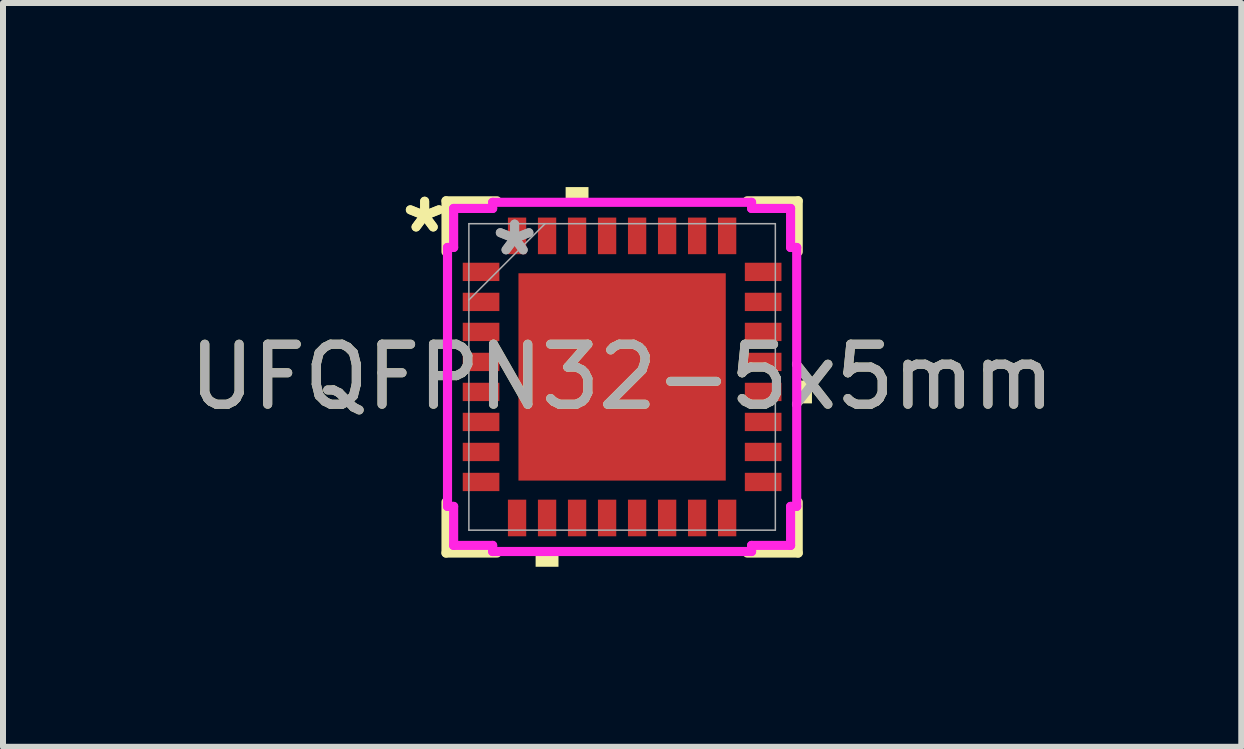
<source format=kicad_pcb>
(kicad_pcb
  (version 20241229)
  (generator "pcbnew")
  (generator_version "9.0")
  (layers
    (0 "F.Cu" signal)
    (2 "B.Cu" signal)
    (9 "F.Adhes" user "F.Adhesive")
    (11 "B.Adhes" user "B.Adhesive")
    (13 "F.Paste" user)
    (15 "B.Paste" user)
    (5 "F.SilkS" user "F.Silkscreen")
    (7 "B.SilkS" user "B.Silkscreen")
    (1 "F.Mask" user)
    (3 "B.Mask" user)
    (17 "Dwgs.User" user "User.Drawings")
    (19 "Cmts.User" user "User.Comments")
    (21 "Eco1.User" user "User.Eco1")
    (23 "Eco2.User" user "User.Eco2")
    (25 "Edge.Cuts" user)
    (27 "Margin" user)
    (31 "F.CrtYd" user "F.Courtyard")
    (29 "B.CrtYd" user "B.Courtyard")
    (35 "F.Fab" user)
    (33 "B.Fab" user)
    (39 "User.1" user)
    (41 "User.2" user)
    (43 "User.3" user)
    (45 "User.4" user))
  (footprint "UFQFPN32-5x5mm"
    (layer "F.Cu")
    (at 7.315 3.23)
    (property "Reference" "UFQFPN32-5x5mm" (at 0 0 0) (unlocked yes) (layer "F.SilkS") (effects (font (size 1 1) (thickness 0.15))))
    (attr smd)
    (fp_poly (pts (xy -2.655 -1.903) (xy -2.655 -1.598) (xy -2.045 -1.598) (xy -2.045 -1.903)) (stroke (width 0) (type solid)) (fill yes) (layer "F.Mask"))
    (fp_poly (pts (xy -2.655 -1.403) (xy -2.655 -1.098) (xy -2.045 -1.098) (xy -2.045 -1.403)) (stroke (width 0) (type solid)) (fill yes) (layer "F.Mask"))
    (fp_poly (pts (xy -2.655 -0.903) (xy -2.655 -0.598) (xy -2.045 -0.598) (xy -2.045 -0.903)) (stroke (width 0) (type solid)) (fill yes) (layer "F.Mask"))
    (fp_poly (pts (xy -2.655 -0.402) (xy -2.655 -0.098) (xy -2.045 -0.098) (xy -2.045 -0.402)) (stroke (width 0) (type solid)) (fill yes) (layer "F.Mask"))
    (fp_poly (pts (xy -2.655 0.098) (xy -2.655 0.402) (xy -2.045 0.402) (xy -2.045 0.098)) (stroke (width 0) (type solid)) (fill yes) (layer "F.Mask"))
    (fp_poly (pts (xy -2.655 0.598) (xy -2.655 0.903) (xy -2.045 0.903) (xy -2.045 0.598)) (stroke (width 0) (type solid)) (fill yes) (layer "F.Mask"))
    (fp_poly (pts (xy -2.655 1.098) (xy -2.655 1.403) (xy -2.045 1.403) (xy -2.045 1.098)) (stroke (width 0) (type solid)) (fill yes) (layer "F.Mask"))
    (fp_poly (pts (xy -2.655 1.598) (xy -2.655 1.903) (xy -2.045 1.903) (xy -2.045 1.598)) (stroke (width 0) (type solid)) (fill yes) (layer "F.Mask"))
    (fp_poly (pts (xy -1.903 -2.655) (xy -1.903 -2.045) (xy -1.598 -2.045) (xy -1.598 -2.655)) (stroke (width 0) (type solid)) (fill yes) (layer "F.Mask"))
    (fp_poly (pts (xy -1.903 2.045) (xy -1.903 2.655) (xy -1.598 2.655) (xy -1.598 2.045)) (stroke (width 0) (type solid)) (fill yes) (layer "F.Mask"))
    (fp_poly (pts (xy -1.403 -2.655) (xy -1.403 -2.045) (xy -1.098 -2.045) (xy -1.098 -2.655)) (stroke (width 0) (type solid)) (fill yes) (layer "F.Mask"))
    (fp_poly (pts (xy -1.403 2.045) (xy -1.403 2.655) (xy -1.098 2.655) (xy -1.098 2.045)) (stroke (width 0) (type solid)) (fill yes) (layer "F.Mask"))
    (fp_poly (pts (xy -0.903 -2.655) (xy -0.903 -2.045) (xy -0.598 -2.045) (xy -0.598 -2.655)) (stroke (width 0) (type solid)) (fill yes) (layer "F.Mask"))
    (fp_poly (pts (xy -0.903 2.045) (xy -0.903 2.655) (xy -0.598 2.655) (xy -0.598 2.045)) (stroke (width 0) (type solid)) (fill yes) (layer "F.Mask"))
    (fp_poly (pts (xy -0.402 -2.655) (xy -0.402 -2.045) (xy -0.098 -2.045) (xy -0.098 -2.655)) (stroke (width 0) (type solid)) (fill yes) (layer "F.Mask"))
    (fp_poly (pts (xy -0.402 2.045) (xy -0.402 2.655) (xy -0.098 2.655) (xy -0.098 2.045)) (stroke (width 0) (type solid)) (fill yes) (layer "F.Mask"))
    (fp_poly (pts (xy 0.098 -2.655) (xy 0.098 -2.045) (xy 0.402 -2.045) (xy 0.402 -2.655)) (stroke (width 0) (type solid)) (fill yes) (layer "F.Mask"))
    (fp_poly (pts (xy 0.098 2.045) (xy 0.098 2.655) (xy 0.402 2.655) (xy 0.402 2.045)) (stroke (width 0) (type solid)) (fill yes) (layer "F.Mask"))
    (fp_poly (pts (xy 0.598 -2.655) (xy 0.598 -2.045) (xy 0.903 -2.045) (xy 0.903 -2.655)) (stroke (width 0) (type solid)) (fill yes) (layer "F.Mask"))
    (fp_poly (pts (xy 0.598 2.045) (xy 0.598 2.655) (xy 0.903 2.655) (xy 0.903 2.045)) (stroke (width 0) (type solid)) (fill yes) (layer "F.Mask"))
    (fp_poly (pts (xy 1.098 -2.655) (xy 1.098 -2.045) (xy 1.403 -2.045) (xy 1.403 -2.655)) (stroke (width 0) (type solid)) (fill yes) (layer "F.Mask"))
    (fp_poly (pts (xy 1.098 2.045) (xy 1.098 2.655) (xy 1.403 2.655) (xy 1.403 2.045)) (stroke (width 0) (type solid)) (fill yes) (layer "F.Mask"))
    (fp_poly (pts (xy 1.598 -2.655) (xy 1.598 -2.045) (xy 1.903 -2.045) (xy 1.903 -2.655)) (stroke (width 0) (type solid)) (fill yes) (layer "F.Mask"))
    (fp_poly (pts (xy 1.598 2.045) (xy 1.598 2.655) (xy 1.903 2.655) (xy 1.903 2.045)) (stroke (width 0) (type solid)) (fill yes) (layer "F.Mask"))
    (fp_poly (pts (xy 2.045 -1.903) (xy 2.045 -1.598) (xy 2.655 -1.598) (xy 2.655 -1.903)) (stroke (width 0) (type solid)) (fill yes) (layer "F.Mask"))
    (fp_poly (pts (xy 2.045 -1.403) (xy 2.045 -1.098) (xy 2.655 -1.098) (xy 2.655 -1.403)) (stroke (width 0) (type solid)) (fill yes) (layer "F.Mask"))
    (fp_poly (pts (xy 2.045 -0.903) (xy 2.045 -0.598) (xy 2.655 -0.598) (xy 2.655 -0.903)) (stroke (width 0) (type solid)) (fill yes) (layer "F.Mask"))
    (fp_poly (pts (xy 2.045 -0.402) (xy 2.045 -0.098) (xy 2.655 -0.098) (xy 2.655 -0.402)) (stroke (width 0) (type solid)) (fill yes) (layer "F.Mask"))
    (fp_poly (pts (xy 2.045 0.098) (xy 2.045 0.402) (xy 2.655 0.402) (xy 2.655 0.098)) (stroke (width 0) (type solid)) (fill yes) (layer "F.Mask"))
    (fp_poly (pts (xy 2.045 0.598) (xy 2.045 0.903) (xy 2.655 0.903) (xy 2.655 0.598)) (stroke (width 0) (type solid)) (fill yes) (layer "F.Mask"))
    (fp_poly (pts (xy 2.045 1.098) (xy 2.045 1.403) (xy 2.655 1.403) (xy 2.655 1.098)) (stroke (width 0) (type solid)) (fill yes) (layer "F.Mask"))
    (fp_poly (pts (xy 2.045 1.598) (xy 2.045 1.903) (xy 2.655 1.903) (xy 2.655 1.598)) (stroke (width 0) (type solid)) (fill yes) (layer "F.Mask"))
    (fp_line (start -2.934 -2.934) (end -2.934 -2.084) (stroke (width 0.152) (type solid)) (layer "F.SilkS"))
    (fp_line (start -2.934 2.084) (end -2.934 2.934) (stroke (width 0.152) (type solid)) (layer "F.SilkS"))
    (fp_line (start -2.934 2.934) (end -2.084 2.934) (stroke (width 0.152) (type solid)) (layer "F.SilkS"))
    (fp_line (start -2.084 -2.934) (end -2.934 -2.934) (stroke (width 0.152) (type solid)) (layer "F.SilkS"))
    (fp_line (start 2.084 2.934) (end 2.934 2.934) (stroke (width 0.152) (type solid)) (layer "F.SilkS"))
    (fp_line (start 2.934 -2.934) (end 2.084 -2.934) (stroke (width 0.152) (type solid)) (layer "F.SilkS"))
    (fp_line (start 2.934 -2.084) (end 2.934 -2.934) (stroke (width 0.152) (type solid)) (layer "F.SilkS"))
    (fp_line (start 2.934 2.934) (end 2.934 2.084) (stroke (width 0.152) (type solid)) (layer "F.SilkS"))
    (fp_poly (pts (xy -1.441 2.909) (xy -1.441 3.163) (xy -1.06 3.163) (xy -1.06 2.909)) (stroke (width 0) (type solid)) (fill yes) (layer "F.SilkS"))
    (fp_poly (pts (xy -0.941 -2.909) (xy -0.941 -3.163) (xy -0.56 -3.163) (xy -0.56 -2.909)) (stroke (width 0) (type solid)) (fill yes) (layer "F.SilkS"))
    (fp_poly (pts (xy 3.163 0.06) (xy 3.163 0.441) (xy 2.909 0.441) (xy 2.909 0.06)) (stroke (width 0) (type solid)) (fill yes) (layer "F.SilkS"))
    (fp_poly (pts (xy -2.655 -1.903) (xy -2.655 -1.598) (xy -2.045 -1.598) (xy -2.045 -1.903)) (stroke (width 0) (type solid)) (fill yes) (layer "F.Paste"))
    (fp_poly (pts (xy -2.655 -1.403) (xy -2.655 -1.098) (xy -2.045 -1.098) (xy -2.045 -1.403)) (stroke (width 0) (type solid)) (fill yes) (layer "F.Paste"))
    (fp_poly (pts (xy -2.655 -0.903) (xy -2.655 -0.598) (xy -2.045 -0.598) (xy -2.045 -0.903)) (stroke (width 0) (type solid)) (fill yes) (layer "F.Paste"))
    (fp_poly (pts (xy -2.655 -0.402) (xy -2.655 -0.098) (xy -2.045 -0.098) (xy -2.045 -0.402)) (stroke (width 0) (type solid)) (fill yes) (layer "F.Paste"))
    (fp_poly (pts (xy -2.655 0.098) (xy -2.655 0.402) (xy -2.045 0.402) (xy -2.045 0.098)) (stroke (width 0) (type solid)) (fill yes) (layer "F.Paste"))
    (fp_poly (pts (xy -2.655 0.598) (xy -2.655 0.903) (xy -2.045 0.903) (xy -2.045 0.598)) (stroke (width 0) (type solid)) (fill yes) (layer "F.Paste"))
    (fp_poly (pts (xy -2.655 1.098) (xy -2.655 1.403) (xy -2.045 1.403) (xy -2.045 1.098)) (stroke (width 0) (type solid)) (fill yes) (layer "F.Paste"))
    (fp_poly (pts (xy -2.655 1.598) (xy -2.655 1.903) (xy -2.045 1.903) (xy -2.045 1.598)) (stroke (width 0) (type solid)) (fill yes) (layer "F.Paste"))
    (fp_poly (pts (xy -1.903 -2.655) (xy -1.903 -2.045) (xy -1.598 -2.045) (xy -1.598 -2.655)) (stroke (width 0) (type solid)) (fill yes) (layer "F.Paste"))
    (fp_poly (pts (xy -1.903 2.045) (xy -1.903 2.655) (xy -1.598 2.655) (xy -1.598 2.045)) (stroke (width 0) (type solid)) (fill yes) (layer "F.Paste"))
    (fp_poly (pts (xy -1.627 -1.627) (xy -1.627 -0.1) (xy -0.1 -0.1) (xy -0.1 -1.627)) (stroke (width 0) (type solid)) (fill yes) (layer "F.Paste"))
    (fp_poly (pts (xy -1.627 0.1) (xy -1.627 1.627) (xy -0.1 1.627) (xy -0.1 0.1)) (stroke (width 0) (type solid)) (fill yes) (layer "F.Paste"))
    (fp_poly (pts (xy -1.403 -2.655) (xy -1.403 -2.045) (xy -1.098 -2.045) (xy -1.098 -2.655)) (stroke (width 0) (type solid)) (fill yes) (layer "F.Paste"))
    (fp_poly (pts (xy -1.403 2.045) (xy -1.403 2.655) (xy -1.098 2.655) (xy -1.098 2.045)) (stroke (width 0) (type solid)) (fill yes) (layer "F.Paste"))
    (fp_poly (pts (xy -0.903 -2.655) (xy -0.903 -2.045) (xy -0.598 -2.045) (xy -0.598 -2.655)) (stroke (width 0) (type solid)) (fill yes) (layer "F.Paste"))
    (fp_poly (pts (xy -0.903 2.045) (xy -0.903 2.655) (xy -0.598 2.655) (xy -0.598 2.045)) (stroke (width 0) (type solid)) (fill yes) (layer "F.Paste"))
    (fp_poly (pts (xy -0.402 -2.655) (xy -0.402 -2.045) (xy -0.098 -2.045) (xy -0.098 -2.655)) (stroke (width 0) (type solid)) (fill yes) (layer "F.Paste"))
    (fp_poly (pts (xy -0.402 2.045) (xy -0.402 2.655) (xy -0.098 2.655) (xy -0.098 2.045)) (stroke (width 0) (type solid)) (fill yes) (layer "F.Paste"))
    (fp_poly (pts (xy 0.098 -2.655) (xy 0.098 -2.045) (xy 0.402 -2.045) (xy 0.402 -2.655)) (stroke (width 0) (type solid)) (fill yes) (layer "F.Paste"))
    (fp_poly (pts (xy 0.098 2.045) (xy 0.098 2.655) (xy 0.402 2.655) (xy 0.402 2.045)) (stroke (width 0) (type solid)) (fill yes) (layer "F.Paste"))
    (fp_poly (pts (xy 0.1 -1.627) (xy 0.1 -0.1) (xy 1.627 -0.1) (xy 1.627 -1.627)) (stroke (width 0) (type solid)) (fill yes) (layer "F.Paste"))
    (fp_poly (pts (xy 0.1 0.1) (xy 0.1 1.627) (xy 1.627 1.627) (xy 1.627 0.1)) (stroke (width 0) (type solid)) (fill yes) (layer "F.Paste"))
    (fp_poly (pts (xy 0.598 -2.655) (xy 0.598 -2.045) (xy 0.903 -2.045) (xy 0.903 -2.655)) (stroke (width 0) (type solid)) (fill yes) (layer "F.Paste"))
    (fp_poly (pts (xy 0.598 2.045) (xy 0.598 2.655) (xy 0.903 2.655) (xy 0.903 2.045)) (stroke (width 0) (type solid)) (fill yes) (layer "F.Paste"))
    (fp_poly (pts (xy 1.098 -2.655) (xy 1.098 -2.045) (xy 1.403 -2.045) (xy 1.403 -2.655)) (stroke (width 0) (type solid)) (fill yes) (layer "F.Paste"))
    (fp_poly (pts (xy 1.098 2.045) (xy 1.098 2.655) (xy 1.403 2.655) (xy 1.403 2.045)) (stroke (width 0) (type solid)) (fill yes) (layer "F.Paste"))
    (fp_poly (pts (xy 1.598 -2.655) (xy 1.598 -2.045) (xy 1.903 -2.045) (xy 1.903 -2.655)) (stroke (width 0) (type solid)) (fill yes) (layer "F.Paste"))
    (fp_poly (pts (xy 1.598 2.045) (xy 1.598 2.655) (xy 1.903 2.655) (xy 1.903 2.045)) (stroke (width 0) (type solid)) (fill yes) (layer "F.Paste"))
    (fp_poly (pts (xy 2.045 -1.903) (xy 2.045 -1.598) (xy 2.655 -1.598) (xy 2.655 -1.903)) (stroke (width 0) (type solid)) (fill yes) (layer "F.Paste"))
    (fp_poly (pts (xy 2.045 -1.403) (xy 2.045 -1.098) (xy 2.655 -1.098) (xy 2.655 -1.403)) (stroke (width 0) (type solid)) (fill yes) (layer "F.Paste"))
    (fp_poly (pts (xy 2.045 -0.903) (xy 2.045 -0.598) (xy 2.655 -0.598) (xy 2.655 -0.903)) (stroke (width 0) (type solid)) (fill yes) (layer "F.Paste"))
    (fp_poly (pts (xy 2.045 -0.402) (xy 2.045 -0.098) (xy 2.655 -0.098) (xy 2.655 -0.402)) (stroke (width 0) (type solid)) (fill yes) (layer "F.Paste"))
    (fp_poly (pts (xy 2.045 0.098) (xy 2.045 0.402) (xy 2.655 0.402) (xy 2.655 0.098)) (stroke (width 0) (type solid)) (fill yes) (layer "F.Paste"))
    (fp_poly (pts (xy 2.045 0.598) (xy 2.045 0.903) (xy 2.655 0.903) (xy 2.655 0.598)) (stroke (width 0) (type solid)) (fill yes) (layer "F.Paste"))
    (fp_poly (pts (xy 2.045 1.098) (xy 2.045 1.403) (xy 2.655 1.403) (xy 2.655 1.098)) (stroke (width 0) (type solid)) (fill yes) (layer "F.Paste"))
    (fp_poly (pts (xy 2.045 1.598) (xy 2.045 1.903) (xy 2.655 1.903) (xy 2.655 1.598)) (stroke (width 0) (type solid)) (fill yes) (layer "F.Paste"))
    (fp_line (start -2.909 -2.157) (end -2.807 -2.157) (stroke (width 0.152) (type solid)) (layer "F.CrtYd"))
    (fp_line (start -2.909 2.157) (end -2.909 -2.157) (stroke (width 0.152) (type solid)) (layer "F.CrtYd"))
    (fp_line (start -2.807 -2.807) (end -2.157 -2.807) (stroke (width 0.152) (type solid)) (layer "F.CrtYd"))
    (fp_line (start -2.807 -2.157) (end -2.807 -2.807) (stroke (width 0.152) (type solid)) (layer "F.CrtYd"))
    (fp_line (start -2.807 2.157) (end -2.909 2.157) (stroke (width 0.152) (type solid)) (layer "F.CrtYd"))
    (fp_line (start -2.807 2.807) (end -2.807 2.157) (stroke (width 0.152) (type solid)) (layer "F.CrtYd"))
    (fp_line (start -2.157 -2.909) (end 2.157 -2.909) (stroke (width 0.152) (type solid)) (layer "F.CrtYd"))
    (fp_line (start -2.157 -2.807) (end -2.157 -2.909) (stroke (width 0.152) (type solid)) (layer "F.CrtYd"))
    (fp_line (start -2.157 2.807) (end -2.807 2.807) (stroke (width 0.152) (type solid)) (layer "F.CrtYd"))
    (fp_line (start -2.157 2.909) (end -2.157 2.807) (stroke (width 0.152) (type solid)) (layer "F.CrtYd"))
    (fp_line (start 2.157 -2.909) (end 2.157 -2.807) (stroke (width 0.152) (type solid)) (layer "F.CrtYd"))
    (fp_line (start 2.157 -2.807) (end 2.807 -2.807) (stroke (width 0.152) (type solid)) (layer "F.CrtYd"))
    (fp_line (start 2.157 2.807) (end 2.157 2.909) (stroke (width 0.152) (type solid)) (layer "F.CrtYd"))
    (fp_line (start 2.157 2.909) (end -2.157 2.909) (stroke (width 0.152) (type solid)) (layer "F.CrtYd"))
    (fp_line (start 2.807 -2.807) (end 2.807 -2.157) (stroke (width 0.152) (type solid)) (layer "F.CrtYd"))
    (fp_line (start 2.807 -2.157) (end 2.909 -2.157) (stroke (width 0.152) (type solid)) (layer "F.CrtYd"))
    (fp_line (start 2.807 2.157) (end 2.807 2.807) (stroke (width 0.152) (type solid)) (layer "F.CrtYd"))
    (fp_line (start 2.807 2.807) (end 2.157 2.807) (stroke (width 0.152) (type solid)) (layer "F.CrtYd"))
    (fp_line (start 2.909 -2.157) (end 2.909 2.157) (stroke (width 0.152) (type solid)) (layer "F.CrtYd"))
    (fp_line (start 2.909 2.157) (end 2.807 2.157) (stroke (width 0.152) (type solid)) (layer "F.CrtYd"))
    (fp_line (start -2.553 -2.553) (end -2.553 2.553) (stroke (width 0.025) (type solid)) (layer "F.Fab"))
    (fp_line (start -2.553 -1.283) (end -1.283 -2.553) (stroke (width 0.025) (type solid)) (layer "F.Fab"))
    (fp_line (start -2.553 2.553) (end 2.553 2.553) (stroke (width 0.025) (type solid)) (layer "F.Fab"))
    (fp_line (start 2.553 -2.553) (end -2.553 -2.553) (stroke (width 0.025) (type solid)) (layer "F.Fab"))
    (fp_line (start 2.553 2.553) (end 2.553 -2.553) (stroke (width 0.025) (type solid)) (layer "F.Fab"))
    (fp_text user "*" (at -3.29 -2.382 0) (layer "F.SilkS") (effects (font (size 1 1) (thickness 0.15))))
    (fp_text user "*" (at -3.29 -2.382 0) (unlocked yes) (layer "F.SilkS") (effects (font (size 1 1) (thickness 0.15))))
    (fp_text user "${REFERENCE}" (at 0 0 0) (unlocked yes) (layer "F.Fab") (effects (font (size 1 1) (thickness 0.15))))
    (fp_text user "*" (at -1.791 -2.001 0) (unlocked yes) (layer "F.Fab") (effects (font (size 1 1) (thickness 0.15))))
    (fp_text user "*" (at -1.791 -2.001 0) (layer "F.Fab") (effects (font (size 1 1) (thickness 0.15))))
    (pad "1" smd rect (at -2.35 -1.75 90) (size 0.305 0.61) (layers "F.Cu" "F.Mask"))
    (pad "2" smd rect (at -2.35 -1.25 90) (size 0.305 0.61) (layers "F.Cu" "F.Mask"))
    (pad "3" smd rect (at -2.35 -0.75 90) (size 0.305 0.61) (layers "F.Cu" "F.Mask"))
    (pad "4" smd rect (at -2.35 -0.25 90) (size 0.305 0.61) (layers "F.Cu" "F.Mask"))
    (pad "5" smd rect (at -2.35 0.25 90) (size 0.305 0.61) (layers "F.Cu" "F.Mask"))
    (pad "6" smd rect (at -2.35 0.75 90) (size 0.305 0.61) (layers "F.Cu" "F.Mask"))
    (pad "7" smd rect (at -2.35 1.25 90) (size 0.305 0.61) (layers "F.Cu" "F.Mask"))
    (pad "8" smd rect (at -2.35 1.75 90) (size 0.305 0.61) (layers "F.Cu" "F.Mask"))
    (pad "9" smd rect (at -1.75 2.35) (size 0.305 0.61) (layers "F.Cu" "F.Mask"))
    (pad "10" smd rect (at -1.25 2.35) (size 0.305 0.61) (layers "F.Cu" "F.Mask"))
    (pad "11" smd rect (at -0.75 2.35) (size 0.305 0.61) (layers "F.Cu" "F.Mask"))
    (pad "12" smd rect (at -0.25 2.35) (size 0.305 0.61) (layers "F.Cu" "F.Mask"))
    (pad "13" smd rect (at 0.25 2.35) (size 0.305 0.61) (layers "F.Cu" "F.Mask"))
    (pad "14" smd rect (at 0.75 2.35) (size 0.305 0.61) (layers "F.Cu" "F.Mask"))
    (pad "15" smd rect (at 1.25 2.35) (size 0.305 0.61) (layers "F.Cu" "F.Mask"))
    (pad "16" smd rect (at 1.75 2.35) (size 0.305 0.61) (layers "F.Cu" "F.Mask"))
    (pad "17" smd rect (at 2.35 1.75 90) (size 0.305 0.61) (layers "F.Cu" "F.Mask"))
    (pad "18" smd rect (at 2.35 1.25 90) (size 0.305 0.61) (layers "F.Cu" "F.Mask"))
    (pad "19" smd rect (at 2.35 0.75 90) (size 0.305 0.61) (layers "F.Cu" "F.Mask"))
    (pad "20" smd rect (at 2.35 0.25 90) (size 0.305 0.61) (layers "F.Cu" "F.Mask"))
    (pad "21" smd rect (at 2.35 -0.25 90) (size 0.305 0.61) (layers "F.Cu" "F.Mask"))
    (pad "22" smd rect (at 2.35 -0.75 90) (size 0.305 0.61) (layers "F.Cu" "F.Mask"))
    (pad "23" smd rect (at 2.35 -1.25 90) (size 0.305 0.61) (layers "F.Cu" "F.Mask"))
    (pad "24" smd rect (at 2.35 -1.75 90) (size 0.305 0.61) (layers "F.Cu" "F.Mask"))
    (pad "25" smd rect (at 1.75 -2.35) (size 0.305 0.61) (layers "F.Cu" "F.Mask"))
    (pad "26" smd rect (at 1.25 -2.35) (size 0.305 0.61) (layers "F.Cu" "F.Mask"))
    (pad "27" smd rect (at 0.75 -2.35) (size 0.305 0.61) (layers "F.Cu" "F.Mask"))
    (pad "28" smd rect (at 0.25 -2.35) (size 0.305 0.61) (layers "F.Cu" "F.Mask"))
    (pad "29" smd rect (at -0.25 -2.35) (size 0.305 0.61) (layers "F.Cu" "F.Mask"))
    (pad "30" smd rect (at -0.75 -2.35) (size 0.305 0.61) (layers "F.Cu" "F.Mask"))
    (pad "31" smd rect (at -1.25 -2.35) (size 0.305 0.61) (layers "F.Cu" "F.Mask"))
    (pad "32" smd rect (at -1.75 -2.35) (size 0.305 0.61) (layers "F.Cu" "F.Mask"))
    (pad "33" smd rect (at 0 0) (size 3.454 3.454) (layers "F.Cu" "F.Mask")))
  (gr_rect
    (start -3 -3)
    (end 17.631 9.393)
    (stroke (width 0.1) (type default))
    (fill no)
    (layer "Edge.Cuts")))
</source>
